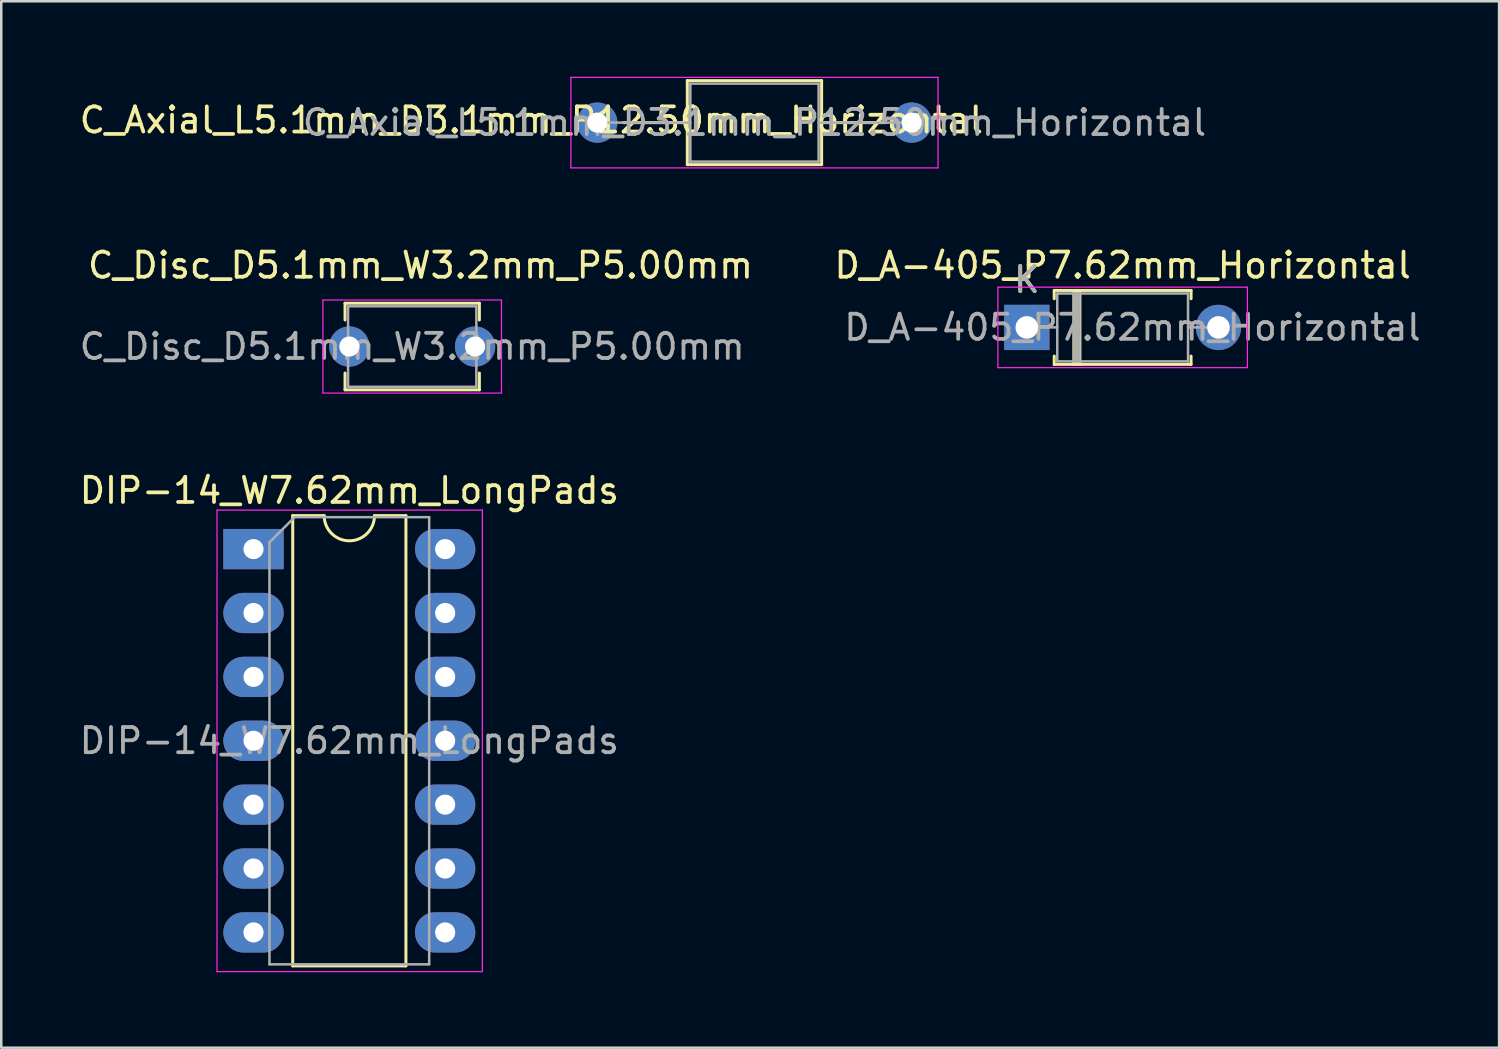
<source format=kicad_pcb>
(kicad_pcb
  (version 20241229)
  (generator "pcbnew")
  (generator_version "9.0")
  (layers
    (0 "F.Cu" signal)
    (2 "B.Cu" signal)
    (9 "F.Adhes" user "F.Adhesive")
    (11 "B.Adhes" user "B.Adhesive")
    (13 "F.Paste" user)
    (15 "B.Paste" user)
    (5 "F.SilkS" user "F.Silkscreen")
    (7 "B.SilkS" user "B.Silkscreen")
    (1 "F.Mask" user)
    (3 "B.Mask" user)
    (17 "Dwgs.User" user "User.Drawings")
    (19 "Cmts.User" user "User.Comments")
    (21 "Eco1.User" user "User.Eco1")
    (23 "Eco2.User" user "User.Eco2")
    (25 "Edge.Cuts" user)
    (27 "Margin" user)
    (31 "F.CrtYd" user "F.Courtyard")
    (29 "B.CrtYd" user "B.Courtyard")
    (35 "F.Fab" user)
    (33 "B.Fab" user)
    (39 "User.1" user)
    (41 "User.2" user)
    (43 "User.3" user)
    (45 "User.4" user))
  (footprint "C_Axial_L5.1mm_D3.1mm_P12.50mm_Horizontal"
    (layer "F.Cu")
    (at 20.697 1.825)
    (property "Reference" "C_Axial_L5.1mm_D3.1mm_P12.50mm_Horizontal" (at -2.62 -0.1 0) (layer "F.SilkS") (effects (font (size 1 1) (thickness 0.15))))
    (attr through_hole)
    (fp_line (start 1.04 0) (end 3.58 0) (stroke (width 0.12) (type solid)) (layer "F.SilkS"))
    (fp_line (start 3.58 -1.67) (end 3.58 1.67) (stroke (width 0.12) (type solid)) (layer "F.SilkS"))
    (fp_line (start 3.58 1.67) (end 8.92 1.67) (stroke (width 0.12) (type solid)) (layer "F.SilkS"))
    (fp_line (start 8.92 -1.67) (end 3.58 -1.67) (stroke (width 0.12) (type solid)) (layer "F.SilkS"))
    (fp_line (start 8.92 1.67) (end 8.92 -1.67) (stroke (width 0.12) (type solid)) (layer "F.SilkS"))
    (fp_line (start 11.46 0) (end 8.92 0) (stroke (width 0.12) (type solid)) (layer "F.SilkS"))
    (fp_line (start -1.05 -1.8) (end -1.05 1.8) (stroke (width 0.05) (type solid)) (layer "F.CrtYd"))
    (fp_line (start -1.05 1.8) (end 13.55 1.8) (stroke (width 0.05) (type solid)) (layer "F.CrtYd"))
    (fp_line (start 13.55 -1.8) (end -1.05 -1.8) (stroke (width 0.05) (type solid)) (layer "F.CrtYd"))
    (fp_line (start 13.55 1.8) (end 13.55 -1.8) (stroke (width 0.05) (type solid)) (layer "F.CrtYd"))
    (fp_line (start 0 0) (end 3.7 0) (stroke (width 0.1) (type solid)) (layer "F.Fab"))
    (fp_line (start 3.7 -1.55) (end 3.7 1.55) (stroke (width 0.1) (type solid)) (layer "F.Fab"))
    (fp_line (start 3.7 1.55) (end 8.8 1.55) (stroke (width 0.1) (type solid)) (layer "F.Fab"))
    (fp_line (start 8.8 -1.55) (end 3.7 -1.55) (stroke (width 0.1) (type solid)) (layer "F.Fab"))
    (fp_line (start 8.8 1.55) (end 8.8 -1.55) (stroke (width 0.1) (type solid)) (layer "F.Fab"))
    (fp_line (start 12.5 0) (end 8.8 0) (stroke (width 0.1) (type solid)) (layer "F.Fab"))
    (fp_text user "${REFERENCE}" (at 6.25 0 0) (layer "F.Fab") (effects (font (size 1 1) (thickness 0.15))))
    (pad "1" thru_hole circle (at 0 0) (size 1.6 1.6) (drill 0.8) (layers "*.Cu" "*.Mask"))
    (pad "2" thru_hole oval (at 12.5 0) (size 1.6 1.6) (drill 0.8) (layers "*.Cu" "*.Mask")))
  (footprint "C_Disc_D5.1mm_W3.2mm_P5.00mm"
    (layer "F.Cu")
    (at 10.839 10.728)
    (property "Reference" "C_Disc_D5.1mm_W3.2mm_P5.00mm" (at 2.83 -3.23 0) (layer "F.SilkS") (effects (font (size 1 1) (thickness 0.15))))
    (attr through_hole)
    (fp_line (start -0.17 -1.721) (end -0.17 -1.055) (stroke (width 0.12) (type solid)) (layer "F.SilkS"))
    (fp_line (start -0.17 -1.721) (end 5.17 -1.721) (stroke (width 0.12) (type solid)) (layer "F.SilkS"))
    (fp_line (start -0.17 1.055) (end -0.17 1.721) (stroke (width 0.12) (type solid)) (layer "F.SilkS"))
    (fp_line (start -0.17 1.721) (end 5.17 1.721) (stroke (width 0.12) (type solid)) (layer "F.SilkS"))
    (fp_line (start 5.17 -1.721) (end 5.17 -1.055) (stroke (width 0.12) (type solid)) (layer "F.SilkS"))
    (fp_line (start 5.17 1.055) (end 5.17 1.721) (stroke (width 0.12) (type solid)) (layer "F.SilkS"))
    (fp_line (start -1.05 -1.85) (end -1.05 1.85) (stroke (width 0.05) (type solid)) (layer "F.CrtYd"))
    (fp_line (start -1.05 1.85) (end 6.05 1.85) (stroke (width 0.05) (type solid)) (layer "F.CrtYd"))
    (fp_line (start 6.05 -1.85) (end -1.05 -1.85) (stroke (width 0.05) (type solid)) (layer "F.CrtYd"))
    (fp_line (start 6.05 1.85) (end 6.05 -1.85) (stroke (width 0.05) (type solid)) (layer "F.CrtYd"))
    (fp_line (start -0.05 -1.6) (end -0.05 1.6) (stroke (width 0.1) (type solid)) (layer "F.Fab"))
    (fp_line (start -0.05 1.6) (end 5.05 1.6) (stroke (width 0.1) (type solid)) (layer "F.Fab"))
    (fp_line (start 5.05 -1.6) (end -0.05 -1.6) (stroke (width 0.1) (type solid)) (layer "F.Fab"))
    (fp_line (start 5.05 1.6) (end 5.05 -1.6) (stroke (width 0.1) (type solid)) (layer "F.Fab"))
    (fp_text user "${REFERENCE}" (at 2.5 0 0) (layer "F.Fab") (effects (font (size 1 1) (thickness 0.15))))
    (pad "1" thru_hole circle (at 0 0) (size 1.6 1.6) (drill 0.8) (layers "*.Cu" "*.Mask"))
    (pad "2" thru_hole circle (at 5 0) (size 1.6 1.6) (drill 0.8) (layers "*.Cu" "*.Mask")))
  (footprint "D_A-405_P7.62mm_Horizontal"
    (layer "F.Cu")
    (at 37.776 9.968)
    (property "Reference" "D_A-405_P7.62mm_Horizontal" (at 3.81 -2.47 0) (layer "F.SilkS") (effects (font (size 1 1) (thickness 0.15))))
    (attr through_hole)
    (fp_line (start 1.09 -1.47) (end 6.53 -1.47) (stroke (width 0.12) (type solid)) (layer "F.SilkS"))
    (fp_line (start 1.09 -1.14) (end 1.09 -1.47) (stroke (width 0.12) (type solid)) (layer "F.SilkS"))
    (fp_line (start 1.09 1.14) (end 1.09 1.47) (stroke (width 0.12) (type solid)) (layer "F.SilkS"))
    (fp_line (start 1.09 1.47) (end 6.53 1.47) (stroke (width 0.12) (type solid)) (layer "F.SilkS"))
    (fp_line (start 1.87 -1.47) (end 1.87 1.47) (stroke (width 0.12) (type solid)) (layer "F.SilkS"))
    (fp_line (start 1.99 -1.47) (end 1.99 1.47) (stroke (width 0.12) (type solid)) (layer "F.SilkS"))
    (fp_line (start 2.11 -1.47) (end 2.11 1.47) (stroke (width 0.12) (type solid)) (layer "F.SilkS"))
    (fp_line (start 6.53 -1.47) (end 6.53 -1.14) (stroke (width 0.12) (type solid)) (layer "F.SilkS"))
    (fp_line (start 6.53 1.47) (end 6.53 1.14) (stroke (width 0.12) (type solid)) (layer "F.SilkS"))
    (fp_line (start -1.15 -1.6) (end -1.15 1.6) (stroke (width 0.05) (type solid)) (layer "F.CrtYd"))
    (fp_line (start -1.15 1.6) (end 8.77 1.6) (stroke (width 0.05) (type solid)) (layer "F.CrtYd"))
    (fp_line (start 8.77 -1.6) (end -1.15 -1.6) (stroke (width 0.05) (type solid)) (layer "F.CrtYd"))
    (fp_line (start 8.77 1.6) (end 8.77 -1.6) (stroke (width 0.05) (type solid)) (layer "F.CrtYd"))
    (fp_line (start 0 0) (end 1.21 0) (stroke (width 0.1) (type solid)) (layer "F.Fab"))
    (fp_line (start 1.21 -1.35) (end 1.21 1.35) (stroke (width 0.1) (type solid)) (layer "F.Fab"))
    (fp_line (start 1.21 1.35) (end 6.41 1.35) (stroke (width 0.1) (type solid)) (layer "F.Fab"))
    (fp_line (start 1.89 -1.35) (end 1.89 1.35) (stroke (width 0.1) (type solid)) (layer "F.Fab"))
    (fp_line (start 1.99 -1.35) (end 1.99 1.35) (stroke (width 0.1) (type solid)) (layer "F.Fab"))
    (fp_line (start 2.09 -1.35) (end 2.09 1.35) (stroke (width 0.1) (type solid)) (layer "F.Fab"))
    (fp_line (start 6.41 -1.35) (end 1.21 -1.35) (stroke (width 0.1) (type solid)) (layer "F.Fab"))
    (fp_line (start 6.41 1.35) (end 6.41 -1.35) (stroke (width 0.1) (type solid)) (layer "F.Fab"))
    (fp_line (start 7.62 0) (end 6.41 0) (stroke (width 0.1) (type solid)) (layer "F.Fab"))
    (fp_text user "K" (at 0 -1.9 0) (layer "F.SilkS") (effects (font (size 1 1) (thickness 0.15))))
    (fp_text user "K" (at 0 -1.9 0) (layer "F.Fab") (effects (font (size 1 1) (thickness 0.15))))
    (fp_text user "${REFERENCE}" (at 4.2 0 0) (layer "F.Fab") (effects (font (size 1 1) (thickness 0.15))))
    (pad "1" thru_hole rect (at 0 0) (size 1.8 1.8) (drill 0.9) (layers "*.Cu" "*.Mask"))
    (pad "2" thru_hole oval (at 7.62 0) (size 1.8 1.8) (drill 0.9) (layers "*.Cu" "*.Mask")))
  (footprint "DIP-14_W7.62mm_LongPads"
    (layer "F.Cu")
    (at 7.029 18.782)
    (property "Reference" "DIP-14_W7.62mm_LongPads" (at 3.81 -2.33 0) (layer "F.SilkS") (effects (font (size 1 1) (thickness 0.15))))
    (attr through_hole)
    (fp_line (start 1.56 -1.33) (end 1.56 16.57) (stroke (width 0.12) (type solid)) (layer "F.SilkS"))
    (fp_line (start 1.56 16.57) (end 6.06 16.57) (stroke (width 0.12) (type solid)) (layer "F.SilkS"))
    (fp_line (start 2.81 -1.33) (end 1.56 -1.33) (stroke (width 0.12) (type solid)) (layer "F.SilkS"))
    (fp_line (start 6.06 -1.33) (end 4.81 -1.33) (stroke (width 0.12) (type solid)) (layer "F.SilkS"))
    (fp_line (start 6.06 16.57) (end 6.06 -1.33) (stroke (width 0.12) (type solid)) (layer "F.SilkS"))
    (fp_arc (start 4.81 -1.33) (mid 3.81 -0.33) (end 2.81 -1.33) (stroke (width 0.12) (type solid)) (layer "F.SilkS"))
    (fp_line (start -1.45 -1.55) (end -1.45 16.8) (stroke (width 0.05) (type solid)) (layer "F.CrtYd"))
    (fp_line (start -1.45 16.8) (end 9.1 16.8) (stroke (width 0.05) (type solid)) (layer "F.CrtYd"))
    (fp_line (start 9.1 -1.55) (end -1.45 -1.55) (stroke (width 0.05) (type solid)) (layer "F.CrtYd"))
    (fp_line (start 9.1 16.8) (end 9.1 -1.55) (stroke (width 0.05) (type solid)) (layer "F.CrtYd"))
    (fp_line (start 0.635 -0.27) (end 1.635 -1.27) (stroke (width 0.1) (type solid)) (layer "F.Fab"))
    (fp_line (start 0.635 16.51) (end 0.635 -0.27) (stroke (width 0.1) (type solid)) (layer "F.Fab"))
    (fp_line (start 1.635 -1.27) (end 6.985 -1.27) (stroke (width 0.1) (type solid)) (layer "F.Fab"))
    (fp_line (start 6.985 -1.27) (end 6.985 16.51) (stroke (width 0.1) (type solid)) (layer "F.Fab"))
    (fp_line (start 6.985 16.51) (end 0.635 16.51) (stroke (width 0.1) (type solid)) (layer "F.Fab"))
    (fp_text user "${REFERENCE}" (at 3.81 7.62 0) (layer "F.Fab") (effects (font (size 1 1) (thickness 0.15))))
    (pad "1" thru_hole rect (at 0 0) (size 2.4 1.6) (drill 0.8) (layers "*.Cu" "*.Mask"))
    (pad "2" thru_hole oval (at 0 2.54) (size 2.4 1.6) (drill 0.8) (layers "*.Cu" "*.Mask"))
    (pad "3" thru_hole oval (at 0 5.08) (size 2.4 1.6) (drill 0.8) (layers "*.Cu" "*.Mask"))
    (pad "4" thru_hole oval (at 0 7.62) (size 2.4 1.6) (drill 0.8) (layers "*.Cu" "*.Mask"))
    (pad "5" thru_hole oval (at 0 10.16) (size 2.4 1.6) (drill 0.8) (layers "*.Cu" "*.Mask"))
    (pad "6" thru_hole oval (at 0 12.7) (size 2.4 1.6) (drill 0.8) (layers "*.Cu" "*.Mask"))
    (pad "7" thru_hole oval (at 0 15.24) (size 2.4 1.6) (drill 0.8) (layers "*.Cu" "*.Mask"))
    (pad "8" thru_hole oval (at 7.62 15.24) (size 2.4 1.6) (drill 0.8) (layers "*.Cu" "*.Mask"))
    (pad "9" thru_hole oval (at 7.62 12.7) (size 2.4 1.6) (drill 0.8) (layers "*.Cu" "*.Mask"))
    (pad "10" thru_hole oval (at 7.62 10.16) (size 2.4 1.6) (drill 0.8) (layers "*.Cu" "*.Mask"))
    (pad "11" thru_hole oval (at 7.62 7.62) (size 2.4 1.6) (drill 0.8) (layers "*.Cu" "*.Mask"))
    (pad "12" thru_hole oval (at 7.62 5.08) (size 2.4 1.6) (drill 0.8) (layers "*.Cu" "*.Mask"))
    (pad "13" thru_hole oval (at 7.62 2.54) (size 2.4 1.6) (drill 0.8) (layers "*.Cu" "*.Mask"))
    (pad "14" thru_hole oval (at 7.62 0) (size 2.4 1.6) (drill 0.8) (layers "*.Cu" "*.Mask")))
  (gr_rect
    (start -3 -3)
    (end 56.553 38.606)
    (stroke (width 0.1) (type default))
    (fill no)
    (layer "Edge.Cuts")))
</source>
